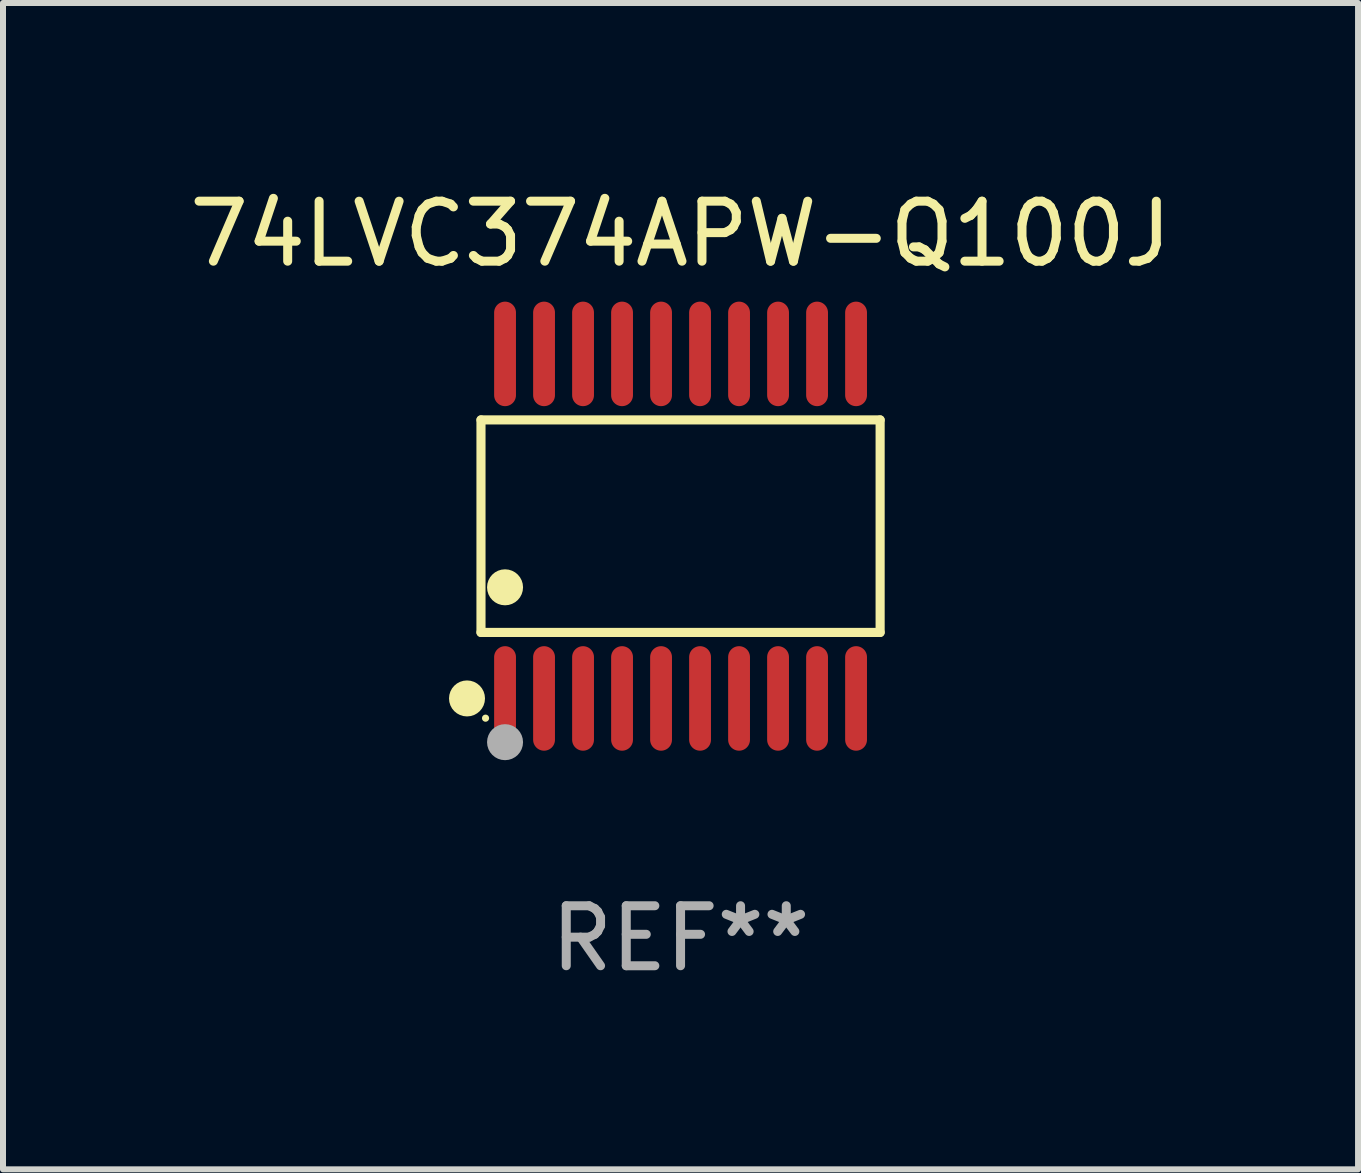
<source format=kicad_pcb>
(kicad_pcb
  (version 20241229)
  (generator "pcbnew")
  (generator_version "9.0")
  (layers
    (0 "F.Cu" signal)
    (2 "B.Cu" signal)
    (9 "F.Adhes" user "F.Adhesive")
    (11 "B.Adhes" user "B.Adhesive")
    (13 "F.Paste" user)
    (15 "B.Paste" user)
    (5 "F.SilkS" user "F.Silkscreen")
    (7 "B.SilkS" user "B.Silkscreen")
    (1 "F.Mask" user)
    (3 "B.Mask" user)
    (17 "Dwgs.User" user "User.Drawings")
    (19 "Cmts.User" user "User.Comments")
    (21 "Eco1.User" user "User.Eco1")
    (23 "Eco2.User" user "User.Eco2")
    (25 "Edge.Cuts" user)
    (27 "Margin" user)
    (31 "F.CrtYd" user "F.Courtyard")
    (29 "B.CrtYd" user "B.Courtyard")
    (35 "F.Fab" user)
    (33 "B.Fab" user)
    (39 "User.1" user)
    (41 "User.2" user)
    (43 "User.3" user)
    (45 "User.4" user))
  (footprint "74LVC374APW-Q100J"
    (layer "F.Cu")
    (at 8.292 5.719)
    (property "Reference" "74LVC374APW-Q100J" (at 0 -4.871 0) (layer "F.SilkS") (effects (font (size 1 1) (thickness 0.15))))
    (attr through_hole)
    (fp_line (start -3.326 -1.771) (end 3.326 -1.771) (stroke (width 0.152) (type solid)) (layer "F.SilkS"))
    (fp_line (start -3.326 1.771) (end -3.326 -1.771) (stroke (width 0.152) (type solid)) (layer "F.SilkS"))
    (fp_line (start 3.326 -1.771) (end 3.326 1.771) (stroke (width 0.152) (type solid)) (layer "F.SilkS"))
    (fp_line (start 3.326 1.771) (end -3.326 1.771) (stroke (width 0.152) (type solid)) (layer "F.SilkS"))
    (fp_circle (center -3.559 2.871) (end -3.409 2.871) (stroke (width 0.3) (type solid)) (fill no) (layer "F.SilkS"))
    (fp_circle (center -3.25 3.2) (end -3.22 3.2) (stroke (width 0.06) (type solid)) (fill no) (layer "F.SilkS"))
    (fp_circle (center -2.925 1.019) (end -2.775 1.019) (stroke (width 0.3) (type solid)) (fill no) (layer "F.SilkS"))
    (fp_circle (center -2.925 3.6) (end -2.775 3.6) (stroke (width 0.3) (type solid)) (fill no) (layer "F.Fab"))
    (fp_text user "REF**" (at 0 6.871 0) (layer "F.Fab") (effects (font (size 1 1) (thickness 0.15))))
    (pad "1" smd oval (at -2.925 2.871) (size 0.364 1.742) (layers "F.Cu" "F.Mask" "F.Paste"))
    (pad "2" smd oval (at -2.275 2.871) (size 0.364 1.742) (layers "F.Cu" "F.Mask" "F.Paste"))
    (pad "3" smd oval (at -1.625 2.871) (size 0.364 1.742) (layers "F.Cu" "F.Mask" "F.Paste"))
    (pad "4" smd oval (at -0.975 2.871) (size 0.364 1.742) (layers "F.Cu" "F.Mask" "F.Paste"))
    (pad "5" smd oval (at -0.325 2.871) (size 0.364 1.742) (layers "F.Cu" "F.Mask" "F.Paste"))
    (pad "6" smd oval (at 0.325 2.871) (size 0.364 1.742) (layers "F.Cu" "F.Mask" "F.Paste"))
    (pad "7" smd oval (at 0.975 2.871) (size 0.364 1.742) (layers "F.Cu" "F.Mask" "F.Paste"))
    (pad "8" smd oval (at 1.625 2.871) (size 0.364 1.742) (layers "F.Cu" "F.Mask" "F.Paste"))
    (pad "9" smd oval (at 2.275 2.871) (size 0.364 1.742) (layers "F.Cu" "F.Mask" "F.Paste"))
    (pad "10" smd oval (at 2.925 2.871) (size 0.364 1.742) (layers "F.Cu" "F.Mask" "F.Paste"))
    (pad "11" smd oval (at 2.925 -2.871) (size 0.364 1.742) (layers "F.Cu" "F.Mask" "F.Paste"))
    (pad "12" smd oval (at 2.275 -2.871) (size 0.364 1.742) (layers "F.Cu" "F.Mask" "F.Paste"))
    (pad "13" smd oval (at 1.625 -2.871) (size 0.364 1.742) (layers "F.Cu" "F.Mask" "F.Paste"))
    (pad "14" smd oval (at 0.975 -2.871) (size 0.364 1.742) (layers "F.Cu" "F.Mask" "F.Paste"))
    (pad "15" smd oval (at 0.325 -2.871) (size 0.364 1.742) (layers "F.Cu" "F.Mask" "F.Paste"))
    (pad "16" smd oval (at -0.325 -2.871) (size 0.364 1.742) (layers "F.Cu" "F.Mask" "F.Paste"))
    (pad "17" smd oval (at -0.975 -2.871) (size 0.364 1.742) (layers "F.Cu" "F.Mask" "F.Paste"))
    (pad "18" smd oval (at -1.625 -2.871) (size 0.364 1.742) (layers "F.Cu" "F.Mask" "F.Paste"))
    (pad "19" smd oval (at -2.275 -2.871) (size 0.364 1.742) (layers "F.Cu" "F.Mask" "F.Paste"))
    (pad "20" smd oval (at -2.925 -2.871) (size 0.364 1.742) (layers "F.Cu" "F.Mask" "F.Paste")))
  (gr_rect
    (start -3 -3)
    (end 19.583 16.438)
    (stroke (width 0.1) (type default))
    (fill no)
    (layer "Edge.Cuts")))
</source>
